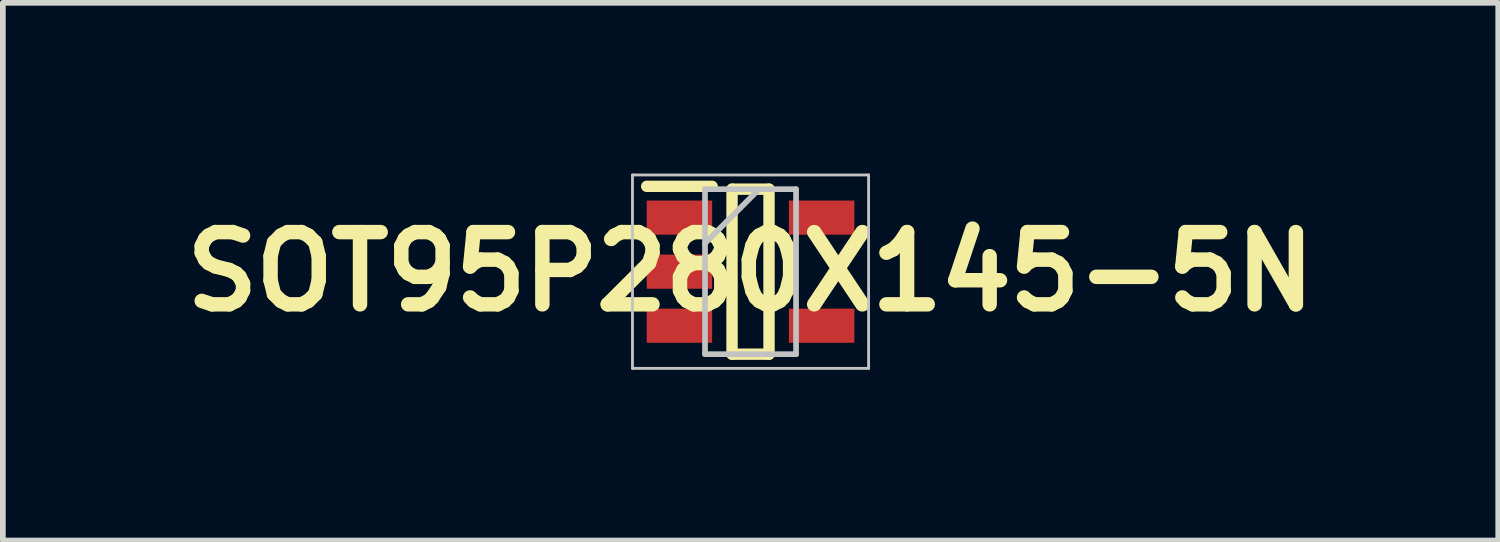
<source format=kicad_pcb>
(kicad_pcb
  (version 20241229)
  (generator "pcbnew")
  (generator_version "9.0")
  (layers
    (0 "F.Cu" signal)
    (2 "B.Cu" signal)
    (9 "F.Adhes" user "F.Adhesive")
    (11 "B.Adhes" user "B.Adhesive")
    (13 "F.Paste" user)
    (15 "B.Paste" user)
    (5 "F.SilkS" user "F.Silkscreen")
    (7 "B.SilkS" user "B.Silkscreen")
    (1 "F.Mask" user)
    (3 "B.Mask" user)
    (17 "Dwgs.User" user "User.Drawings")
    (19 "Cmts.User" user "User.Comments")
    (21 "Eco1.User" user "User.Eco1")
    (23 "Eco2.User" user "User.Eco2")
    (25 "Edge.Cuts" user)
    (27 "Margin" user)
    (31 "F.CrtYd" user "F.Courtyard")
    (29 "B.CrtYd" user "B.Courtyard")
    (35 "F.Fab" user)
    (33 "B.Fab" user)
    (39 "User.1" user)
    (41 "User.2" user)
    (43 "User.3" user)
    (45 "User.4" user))
  (footprint "SOT95P280X145-5N"
    (layer "F.Cu")
    (at 10.142 1.725)
    (property "Reference" "SOT95P280X145-5N" (at 0 0 0) (layer "F.SilkS") (effects (font (size 1.27 1.27) (thickness 0.254))))
    (attr smd)
    (fp_line (start -1.825 -1.5) (end -0.675 -1.5) (stroke (width 0.2) (type solid)) (layer "F.SilkS"))
    (fp_line (start -0.325 -1.45) (end 0.325 -1.45) (stroke (width 0.2) (type solid)) (layer "F.SilkS"))
    (fp_line (start -0.325 1.45) (end -0.325 -1.45) (stroke (width 0.2) (type solid)) (layer "F.SilkS"))
    (fp_line (start 0.325 -1.45) (end 0.325 1.45) (stroke (width 0.2) (type solid)) (layer "F.SilkS"))
    (fp_line (start 0.325 1.45) (end -0.325 1.45) (stroke (width 0.2) (type solid)) (layer "F.SilkS"))
    (fp_line (start -2.075 -1.7) (end 2.075 -1.7) (stroke (width 0.05) (type solid)) (layer "Dwgs.User"))
    (fp_line (start -2.075 1.7) (end -2.075 -1.7) (stroke (width 0.05) (type solid)) (layer "Dwgs.User"))
    (fp_line (start -0.8 -1.45) (end 0.8 -1.45) (stroke (width 0.1) (type solid)) (layer "Dwgs.User"))
    (fp_line (start -0.8 -0.5) (end 0.15 -1.45) (stroke (width 0.1) (type solid)) (layer "Dwgs.User"))
    (fp_line (start -0.8 1.45) (end -0.8 -1.45) (stroke (width 0.1) (type solid)) (layer "Dwgs.User"))
    (fp_line (start 0.8 -1.45) (end 0.8 1.45) (stroke (width 0.1) (type solid)) (layer "Dwgs.User"))
    (fp_line (start 0.8 1.45) (end -0.8 1.45) (stroke (width 0.1) (type solid)) (layer "Dwgs.User"))
    (fp_line (start 2.075 -1.7) (end 2.075 1.7) (stroke (width 0.05) (type solid)) (layer "Dwgs.User"))
    (fp_line (start 2.075 1.7) (end -2.075 1.7) (stroke (width 0.05) (type solid)) (layer "Dwgs.User"))
    (pad "1" smd rect (at -1.25 -0.95 90) (size 0.6 1.15) (layers "F.Cu" "F.Mask" "F.Paste"))
    (pad "2" smd rect (at -1.25 0 90) (size 0.6 1.15) (layers "F.Cu" "F.Mask" "F.Paste"))
    (pad "3" smd rect (at -1.25 0.95 90) (size 0.6 1.15) (layers "F.Cu" "F.Mask" "F.Paste"))
    (pad "4" smd rect (at 1.25 0.95 90) (size 0.6 1.15) (layers "F.Cu" "F.Mask" "F.Paste"))
    (pad "5" smd rect (at 1.25 -0.95 90) (size 0.6 1.15) (layers "F.Cu" "F.Mask" "F.Paste")))
  (gr_rect
    (start -3 -3)
    (end 23.284 6.45)
    (stroke (width 0.1) (type default))
    (fill no)
    (layer "Edge.Cuts")))
</source>
